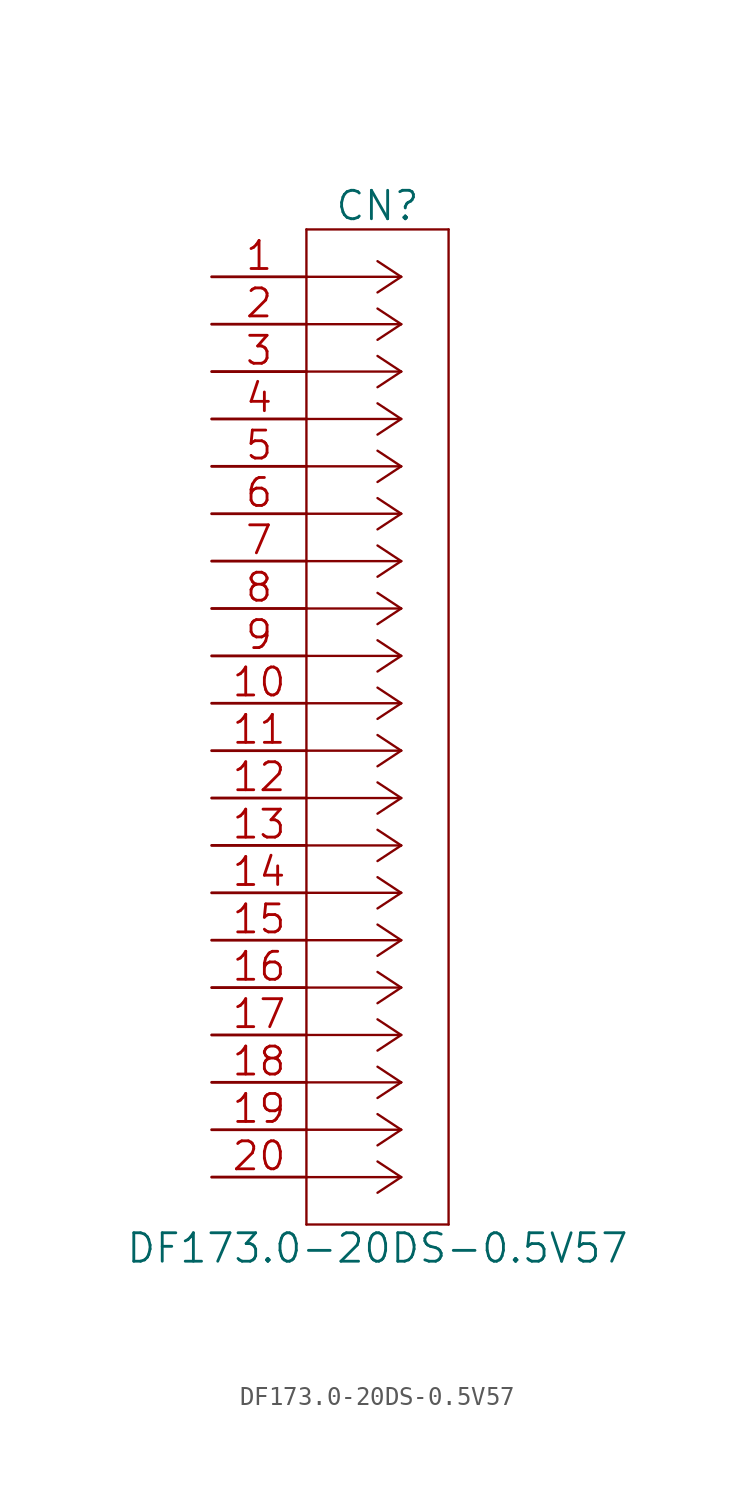
<source format=kicad_sym>
(kicad_symbol_lib
  (version 20211014)
  (generator kicad_symbol_editor)
  (symbol "DF173.0-20DS-0.5V57"
    (pin_names
      (offset 0.254) hide)
    (property "Reference" "CN"
      (at 8.89 3.81 0)
      (effects (font (size 1.524 1.524))))
    (property "Value" "DF173.0-20DS-0.5V57"
      (at 8.89 -52.07 0)
      (effects (font (size 1.524 1.524))))
    (property "Datasheet" ""
      (at 0 0 0)
      (effects (font (size 1.524 1.524))))
    (symbol "DF173.0-20DS-0.5V57_1_1"
      (polyline (pts (xy 5.08 -50.8) (xy 12.7 -50.8)) (stroke (width 0.127) (type default) (color 0 0 0 0)) (fill (type none)))
      (polyline (pts (xy 5.08 2.54) (xy 5.08 -50.8)) (stroke (width 0.127) (type default) (color 0 0 0 0)) (fill (type none)))
      (polyline (pts (xy 10.16 -48.26) (xy 5.08 -48.26)) (stroke (width 0.127) (type default) (color 0 0 0 0)) (fill (type none)))
      (polyline (pts (xy 10.16 -48.26) (xy 8.89 -49.098)) (stroke (width 0.127) (type default) (color 0 0 0 0)) (fill (type none)))
      (polyline (pts (xy 10.16 -48.26) (xy 8.89 -47.422)) (stroke (width 0.127) (type default) (color 0 0 0 0)) (fill (type none)))
      (polyline (pts (xy 10.16 -45.72) (xy 5.08 -45.72)) (stroke (width 0.127) (type default) (color 0 0 0 0)) (fill (type none)))
      (polyline (pts (xy 10.16 -45.72) (xy 8.89 -46.558)) (stroke (width 0.127) (type default) (color 0 0 0 0)) (fill (type none)))
      (polyline (pts (xy 10.16 -45.72) (xy 8.89 -44.882)) (stroke (width 0.127) (type default) (color 0 0 0 0)) (fill (type none)))
      (polyline (pts (xy 10.16 -43.18) (xy 5.08 -43.18)) (stroke (width 0.127) (type default) (color 0 0 0 0)) (fill (type none)))
      (polyline (pts (xy 10.16 -43.18) (xy 8.89 -44.018)) (stroke (width 0.127) (type default) (color 0 0 0 0)) (fill (type none)))
      (polyline (pts (xy 10.16 -43.18) (xy 8.89 -42.342)) (stroke (width 0.127) (type default) (color 0 0 0 0)) (fill (type none)))
      (polyline (pts (xy 10.16 -40.64) (xy 5.08 -40.64)) (stroke (width 0.127) (type default) (color 0 0 0 0)) (fill (type none)))
      (polyline (pts (xy 10.16 -40.64) (xy 8.89 -41.478)) (stroke (width 0.127) (type default) (color 0 0 0 0)) (fill (type none)))
      (polyline (pts (xy 10.16 -40.64) (xy 8.89 -39.802)) (stroke (width 0.127) (type default) (color 0 0 0 0)) (fill (type none)))
      (polyline (pts (xy 10.16 -38.1) (xy 5.08 -38.1)) (stroke (width 0.127) (type default) (color 0 0 0 0)) (fill (type none)))
      (polyline (pts (xy 10.16 -38.1) (xy 8.89 -38.938)) (stroke (width 0.127) (type default) (color 0 0 0 0)) (fill (type none)))
      (polyline (pts (xy 10.16 -38.1) (xy 8.89 -37.262)) (stroke (width 0.127) (type default) (color 0 0 0 0)) (fill (type none)))
      (polyline (pts (xy 10.16 -35.56) (xy 5.08 -35.56)) (stroke (width 0.127) (type default) (color 0 0 0 0)) (fill (type none)))
      (polyline (pts (xy 10.16 -35.56) (xy 8.89 -36.398)) (stroke (width 0.127) (type default) (color 0 0 0 0)) (fill (type none)))
      (polyline (pts (xy 10.16 -35.56) (xy 8.89 -34.722)) (stroke (width 0.127) (type default) (color 0 0 0 0)) (fill (type none)))
      (polyline (pts (xy 10.16 -33.02) (xy 5.08 -33.02)) (stroke (width 0.127) (type default) (color 0 0 0 0)) (fill (type none)))
      (polyline (pts (xy 10.16 -33.02) (xy 8.89 -33.858)) (stroke (width 0.127) (type default) (color 0 0 0 0)) (fill (type none)))
      (polyline (pts (xy 10.16 -33.02) (xy 8.89 -32.182)) (stroke (width 0.127) (type default) (color 0 0 0 0)) (fill (type none)))
      (polyline (pts (xy 10.16 -30.48) (xy 5.08 -30.48)) (stroke (width 0.127) (type default) (color 0 0 0 0)) (fill (type none)))
      (polyline (pts (xy 10.16 -30.48) (xy 8.89 -31.318)) (stroke (width 0.127) (type default) (color 0 0 0 0)) (fill (type none)))
      (polyline (pts (xy 10.16 -30.48) (xy 8.89 -29.642)) (stroke (width 0.127) (type default) (color 0 0 0 0)) (fill (type none)))
      (polyline (pts (xy 10.16 -27.94) (xy 5.08 -27.94)) (stroke (width 0.127) (type default) (color 0 0 0 0)) (fill (type none)))
      (polyline (pts (xy 10.16 -27.94) (xy 8.89 -28.778)) (stroke (width 0.127) (type default) (color 0 0 0 0)) (fill (type none)))
      (polyline (pts (xy 10.16 -27.94) (xy 8.89 -27.102)) (stroke (width 0.127) (type default) (color 0 0 0 0)) (fill (type none)))
      (polyline (pts (xy 10.16 -25.4) (xy 5.08 -25.4)) (stroke (width 0.127) (type default) (color 0 0 0 0)) (fill (type none)))
      (polyline (pts (xy 10.16 -25.4) (xy 8.89 -26.238)) (stroke (width 0.127) (type default) (color 0 0 0 0)) (fill (type none)))
      (polyline (pts (xy 10.16 -25.4) (xy 8.89 -24.562)) (stroke (width 0.127) (type default) (color 0 0 0 0)) (fill (type none)))
      (polyline (pts (xy 10.16 -22.86) (xy 5.08 -22.86)) (stroke (width 0.127) (type default) (color 0 0 0 0)) (fill (type none)))
      (polyline (pts (xy 10.16 -22.86) (xy 8.89 -23.698)) (stroke (width 0.127) (type default) (color 0 0 0 0)) (fill (type none)))
      (polyline (pts (xy 10.16 -22.86) (xy 8.89 -22.022)) (stroke (width 0.127) (type default) (color 0 0 0 0)) (fill (type none)))
      (polyline (pts (xy 10.16 -20.32) (xy 5.08 -20.32)) (stroke (width 0.127) (type default) (color 0 0 0 0)) (fill (type none)))
      (polyline (pts (xy 10.16 -20.32) (xy 8.89 -21.158)) (stroke (width 0.127) (type default) (color 0 0 0 0)) (fill (type none)))
      (polyline (pts (xy 10.16 -20.32) (xy 8.89 -19.482)) (stroke (width 0.127) (type default) (color 0 0 0 0)) (fill (type none)))
      (polyline (pts (xy 10.16 -17.78) (xy 5.08 -17.78)) (stroke (width 0.127) (type default) (color 0 0 0 0)) (fill (type none)))
      (polyline (pts (xy 10.16 -17.78) (xy 8.89 -18.618)) (stroke (width 0.127) (type default) (color 0 0 0 0)) (fill (type none)))
      (polyline (pts (xy 10.16 -17.78) (xy 8.89 -16.942)) (stroke (width 0.127) (type default) (color 0 0 0 0)) (fill (type none)))
      (polyline (pts (xy 10.16 -15.24) (xy 5.08 -15.24)) (stroke (width 0.127) (type default) (color 0 0 0 0)) (fill (type none)))
      (polyline (pts (xy 10.16 -15.24) (xy 8.89 -16.078)) (stroke (width 0.127) (type default) (color 0 0 0 0)) (fill (type none)))
      (polyline (pts (xy 10.16 -15.24) (xy 8.89 -14.402)) (stroke (width 0.127) (type default) (color 0 0 0 0)) (fill (type none)))
      (polyline (pts (xy 10.16 -12.7) (xy 5.08 -12.7)) (stroke (width 0.127) (type default) (color 0 0 0 0)) (fill (type none)))
      (polyline (pts (xy 10.16 -12.7) (xy 8.89 -13.538)) (stroke (width 0.127) (type default) (color 0 0 0 0)) (fill (type none)))
      (polyline (pts (xy 10.16 -12.7) (xy 8.89 -11.862)) (stroke (width 0.127) (type default) (color 0 0 0 0)) (fill (type none)))
      (polyline (pts (xy 10.16 -10.16) (xy 5.08 -10.16)) (stroke (width 0.127) (type default) (color 0 0 0 0)) (fill (type none)))
      (polyline (pts (xy 10.16 -10.16) (xy 8.89 -10.998)) (stroke (width 0.127) (type default) (color 0 0 0 0)) (fill (type none)))
      (polyline (pts (xy 10.16 -10.16) (xy 8.89 -9.322)) (stroke (width 0.127) (type default) (color 0 0 0 0)) (fill (type none)))
      (polyline (pts (xy 10.16 -7.62) (xy 5.08 -7.62)) (stroke (width 0.127) (type default) (color 0 0 0 0)) (fill (type none)))
      (polyline (pts (xy 10.16 -7.62) (xy 8.89 -8.458)) (stroke (width 0.127) (type default) (color 0 0 0 0)) (fill (type none)))
      (polyline (pts (xy 10.16 -7.62) (xy 8.89 -6.782)) (stroke (width 0.127) (type default) (color 0 0 0 0)) (fill (type none)))
      (polyline (pts (xy 10.16 -5.08) (xy 5.08 -5.08)) (stroke (width 0.127) (type default) (color 0 0 0 0)) (fill (type none)))
      (polyline (pts (xy 10.16 -5.08) (xy 8.89 -5.918)) (stroke (width 0.127) (type default) (color 0 0 0 0)) (fill (type none)))
      (polyline (pts (xy 10.16 -5.08) (xy 8.89 -4.242)) (stroke (width 0.127) (type default) (color 0 0 0 0)) (fill (type none)))
      (polyline (pts (xy 10.16 -2.54) (xy 5.08 -2.54)) (stroke (width 0.127) (type default) (color 0 0 0 0)) (fill (type none)))
      (polyline (pts (xy 10.16 -2.54) (xy 8.89 -3.378)) (stroke (width 0.127) (type default) (color 0 0 0 0)) (fill (type none)))
      (polyline (pts (xy 10.16 -2.54) (xy 8.89 -1.702)) (stroke (width 0.127) (type default) (color 0 0 0 0)) (fill (type none)))
      (polyline (pts (xy 10.16 0) (xy 5.08 0)) (stroke (width 0.127) (type default) (color 0 0 0 0)) (fill (type none)))
      (polyline (pts (xy 10.16 0) (xy 8.89 -0.838)) (stroke (width 0.127) (type default) (color 0 0 0 0)) (fill (type none)))
      (polyline (pts (xy 10.16 0) (xy 8.89 0.838)) (stroke (width 0.127) (type default) (color 0 0 0 0)) (fill (type none)))
      (polyline (pts (xy 12.7 -50.8) (xy 12.7 2.54)) (stroke (width 0.127) (type default) (color 0 0 0 0)) (fill (type none)))
      (polyline (pts (xy 12.7 2.54) (xy 5.08 2.54)) (stroke (width 0.127) (type default) (color 0 0 0 0)) (fill (type none)))
      (pin unspecified line (at 0 0 0) (length 5.08) (name "1" (effects (font (size 1.499 1.499)))) (number "1" (effects (font (size 1.499 1.499)))))
      (pin unspecified line (at 0 -22.86 0) (length 5.08) (name "10" (effects (font (size 1.499 1.499)))) (number "10" (effects (font (size 1.499 1.499)))))
      (pin unspecified line (at 0 -25.4 0) (length 5.08) (name "11" (effects (font (size 1.499 1.499)))) (number "11" (effects (font (size 1.499 1.499)))))
      (pin unspecified line (at 0 -27.94 0) (length 5.08) (name "12" (effects (font (size 1.499 1.499)))) (number "12" (effects (font (size 1.499 1.499)))))
      (pin unspecified line (at 0 -30.48 0) (length 5.08) (name "13" (effects (font (size 1.499 1.499)))) (number "13" (effects (font (size 1.499 1.499)))))
      (pin unspecified line (at 0 -33.02 0) (length 5.08) (name "14" (effects (font (size 1.499 1.499)))) (number "14" (effects (font (size 1.499 1.499)))))
      (pin unspecified line (at 0 -35.56 0) (length 5.08) (name "15" (effects (font (size 1.499 1.499)))) (number "15" (effects (font (size 1.499 1.499)))))
      (pin unspecified line (at 0 -38.1 0) (length 5.08) (name "16" (effects (font (size 1.499 1.499)))) (number "16" (effects (font (size 1.499 1.499)))))
      (pin unspecified line (at 0 -40.64 0) (length 5.08) (name "17" (effects (font (size 1.499 1.499)))) (number "17" (effects (font (size 1.499 1.499)))))
      (pin unspecified line (at 0 -43.18 0) (length 5.08) (name "18" (effects (font (size 1.499 1.499)))) (number "18" (effects (font (size 1.499 1.499)))))
      (pin unspecified line (at 0 -45.72 0) (length 5.08) (name "19" (effects (font (size 1.499 1.499)))) (number "19" (effects (font (size 1.499 1.499)))))
      (pin unspecified line (at 0 -2.54 0) (length 5.08) (name "2" (effects (font (size 1.499 1.499)))) (number "2" (effects (font (size 1.499 1.499)))))
      (pin unspecified line (at 0 -48.26 0) (length 5.08) (name "20" (effects (font (size 1.499 1.499)))) (number "20" (effects (font (size 1.499 1.499)))))
      (pin unspecified line (at 0 -5.08 0) (length 5.08) (name "3" (effects (font (size 1.499 1.499)))) (number "3" (effects (font (size 1.499 1.499)))))
      (pin unspecified line (at 0 -7.62 0) (length 5.08) (name "4" (effects (font (size 1.499 1.499)))) (number "4" (effects (font (size 1.499 1.499)))))
      (pin unspecified line (at 0 -10.16 0) (length 5.08) (name "5" (effects (font (size 1.499 1.499)))) (number "5" (effects (font (size 1.499 1.499)))))
      (pin unspecified line (at 0 -12.7 0) (length 5.08) (name "6" (effects (font (size 1.499 1.499)))) (number "6" (effects (font (size 1.499 1.499)))))
      (pin unspecified line (at 0 -15.24 0) (length 5.08) (name "7" (effects (font (size 1.499 1.499)))) (number "7" (effects (font (size 1.499 1.499)))))
      (pin unspecified line (at 0 -17.78 0) (length 5.08) (name "8" (effects (font (size 1.499 1.499)))) (number "8" (effects (font (size 1.499 1.499)))))
      (pin unspecified line (at 0 -20.32 0) (length 5.08) (name "9" (effects (font (size 1.499 1.499)))) (number "9" (effects (font (size 1.499 1.499))))))))
</source>
